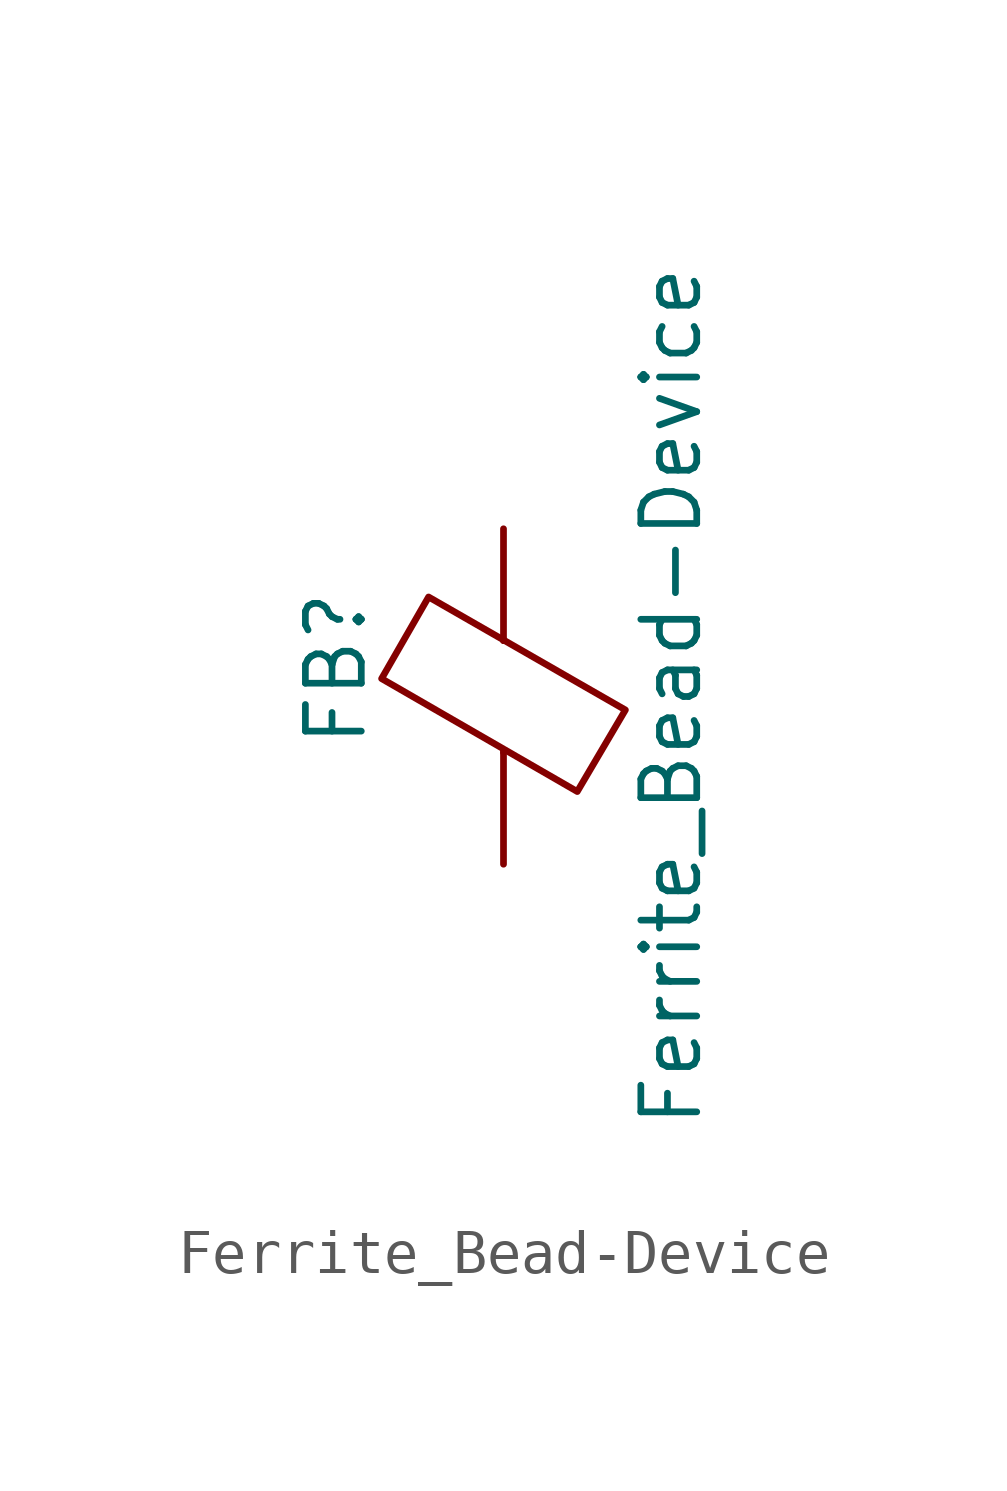
<source format=kicad_sym>
(kicad_symbol_lib
  (version 20211014)
  (generator kicad_symbol_editor)
  (symbol "Ferrite_Bead-Device"
    (pin_numbers hide)
    (pin_names
      (offset 0))
    (property "Reference" "FB"
      (at -3.81 0.635 90)
      (effects (font (size 1.27 1.27))))
    (property "Value" "Ferrite_Bead-Device"
      (at 3.81 0 90)
      (effects (font (size 1.27 1.27))))
    (symbol "Ferrite_Bead-Device_0_1"
      (polyline (pts (xy 0 -1.27) (xy 0 -1.219)) (stroke (width 0) (type default) (color 0 0 0 0)) (fill (type none)))
      (polyline (pts (xy 0 1.27) (xy 0 1.295)) (stroke (width 0) (type default) (color 0 0 0 0)) (fill (type none)))
      (polyline (pts (xy -2.769 0.406) (xy -1.702 2.261) (xy 2.769 -0.305) (xy 1.676 -2.159) (xy -2.769 0.406)) (stroke (width 0) (type default) (color 0 0 0 0)) (fill (type none))))
    (symbol "Ferrite_Bead-Device_1_1"
      (pin passive line (at 0 3.81 270) (length 2.54) (name "~" (effects (font (size 1.27 1.27)))) (number "1" (effects (font (size 1.27 1.27)))))
      (pin passive line (at 0 -3.81 90) (length 2.54) (name "~" (effects (font (size 1.27 1.27)))) (number "2" (effects (font (size 1.27 1.27))))))))
</source>
